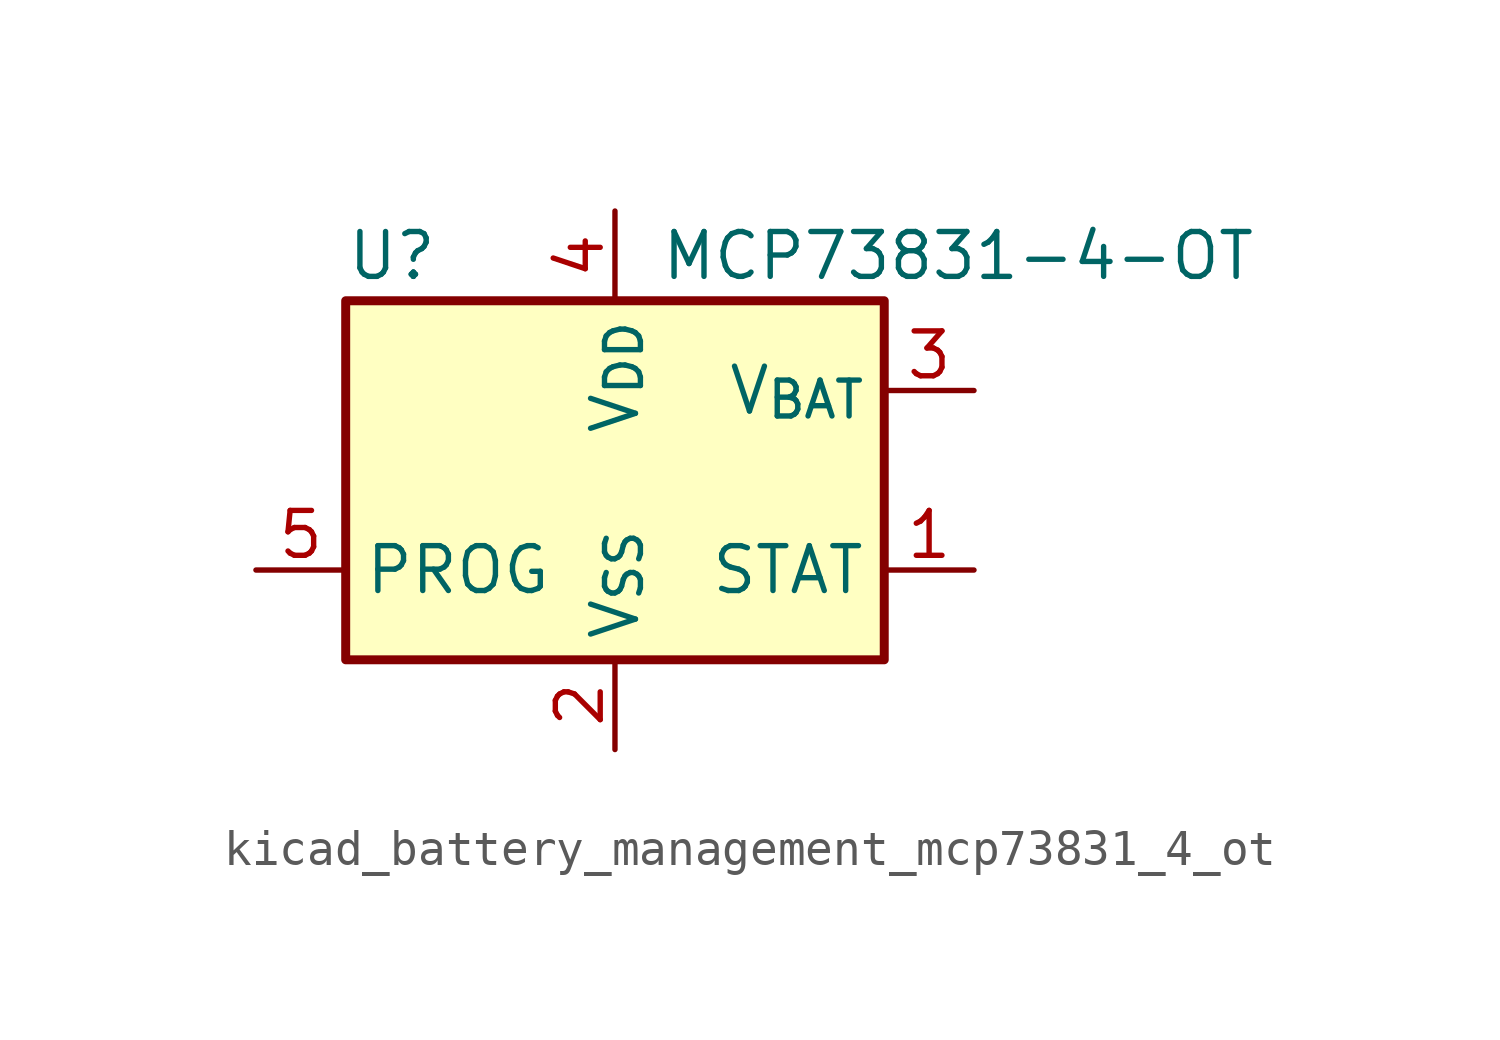
<source format=kicad_sym>
(kicad_symbol_lib
  (version 20220914)
  (generator kicad_symbol_editor)
  (symbol "kicad_battery_management_mcp73831_4_ot"
    (property "Reference" "U"
      (at -7.62 6.35 0)
      (effects (font (size 1.27 1.27)) (justify left)))
    (property "Value" "MCP73831-4-OT"
      (at 1.27 6.35 0)
      (effects (font (size 1.27 1.27)) (justify left)))
    (symbol "kicad_battery_management_mcp73831_4_ot_0_1"
      (rectangle (start -7.62 5.08) (end 7.62 -5.08) (stroke (width 0.254) (type default)) (fill (type background))))
    (symbol "kicad_battery_management_mcp73831_4_ot_1_1"
      (pin output line (at 10.16 -2.54 180) (length 2.54) (name "STAT" (effects (font (size 1.27 1.27)))) (number "1" (effects (font (size 1.27 1.27)))))
      (pin power_in line (at 0 -7.62 90) (length 2.54) (name "V_{SS}" (effects (font (size 1.27 1.27)))) (number "2" (effects (font (size 1.27 1.27)))))
      (pin power_out line (at 10.16 2.54 180) (length 2.54) (name "V_{BAT}" (effects (font (size 1.27 1.27)))) (number "3" (effects (font (size 1.27 1.27)))))
      (pin power_in line (at 0 7.62 270) (length 2.54) (name "V_{DD}" (effects (font (size 1.27 1.27)))) (number "4" (effects (font (size 1.27 1.27)))))
      (pin input line (at -10.16 -2.54 0) (length 2.54) (name "PROG" (effects (font (size 1.27 1.27)))) (number "5" (effects (font (size 1.27 1.27))))))))
</source>
